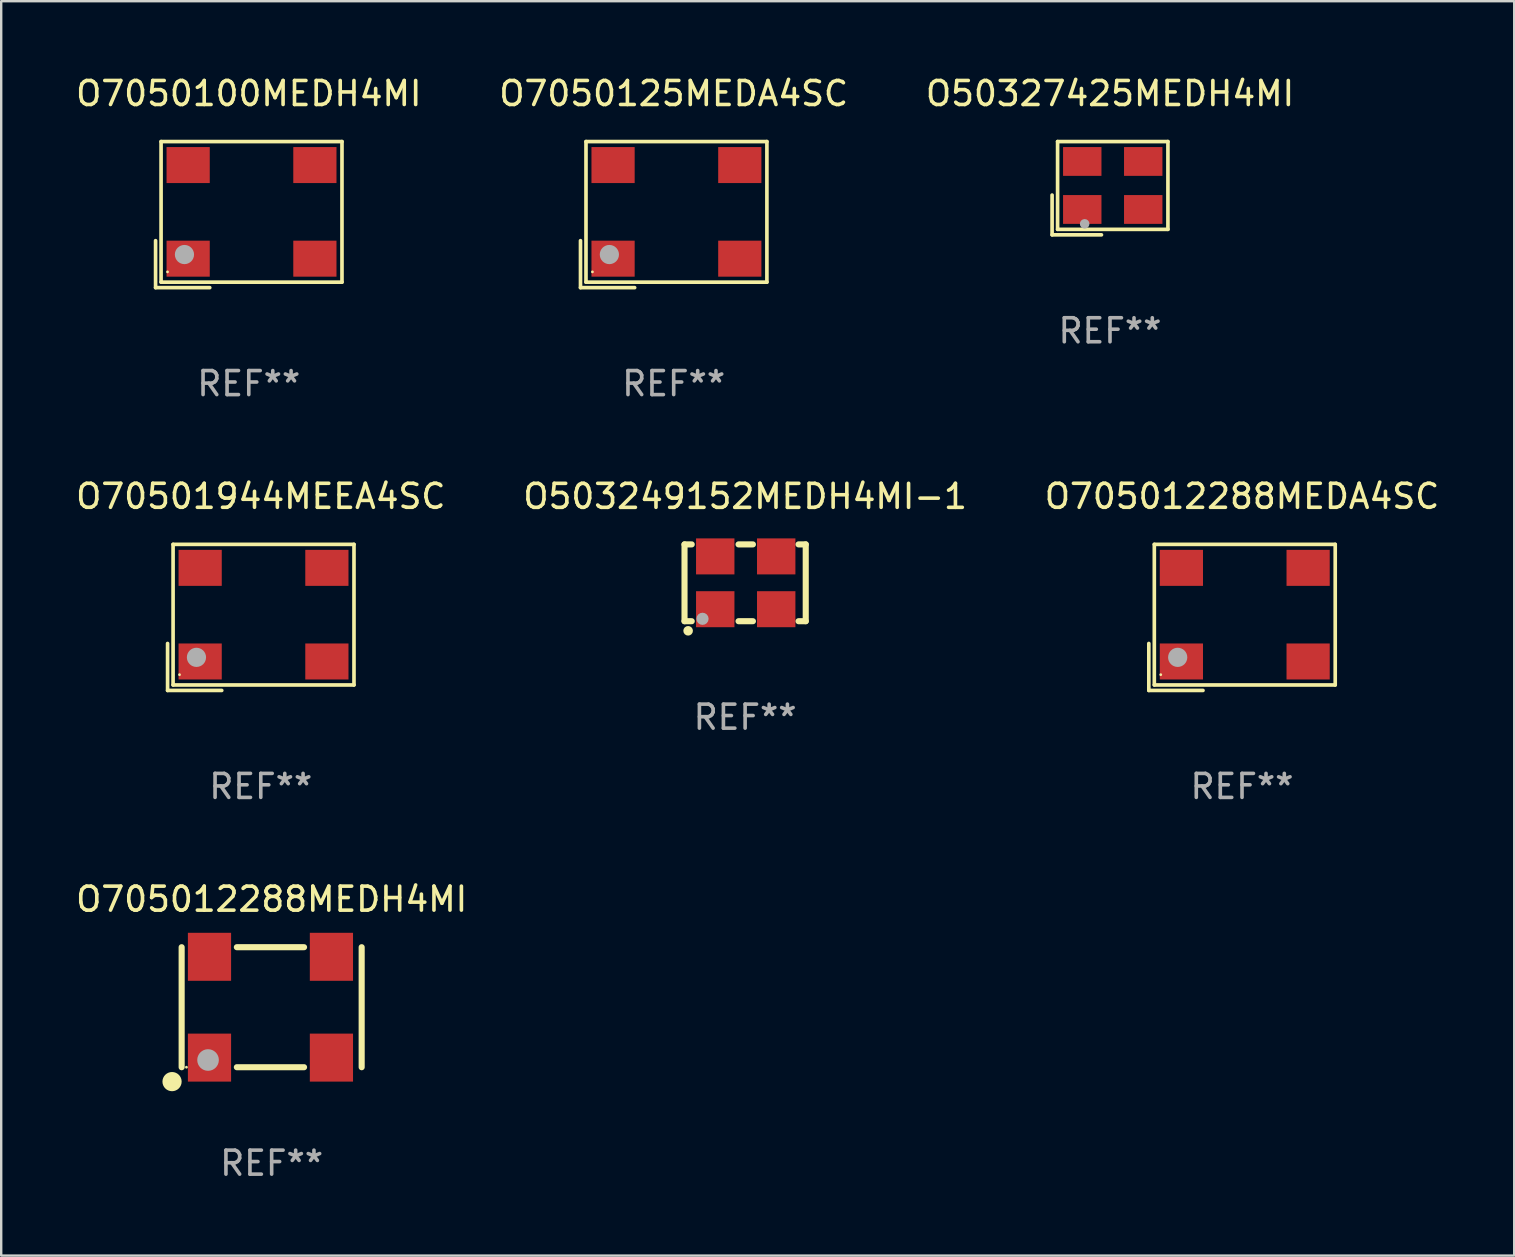
<source format=kicad_pcb>
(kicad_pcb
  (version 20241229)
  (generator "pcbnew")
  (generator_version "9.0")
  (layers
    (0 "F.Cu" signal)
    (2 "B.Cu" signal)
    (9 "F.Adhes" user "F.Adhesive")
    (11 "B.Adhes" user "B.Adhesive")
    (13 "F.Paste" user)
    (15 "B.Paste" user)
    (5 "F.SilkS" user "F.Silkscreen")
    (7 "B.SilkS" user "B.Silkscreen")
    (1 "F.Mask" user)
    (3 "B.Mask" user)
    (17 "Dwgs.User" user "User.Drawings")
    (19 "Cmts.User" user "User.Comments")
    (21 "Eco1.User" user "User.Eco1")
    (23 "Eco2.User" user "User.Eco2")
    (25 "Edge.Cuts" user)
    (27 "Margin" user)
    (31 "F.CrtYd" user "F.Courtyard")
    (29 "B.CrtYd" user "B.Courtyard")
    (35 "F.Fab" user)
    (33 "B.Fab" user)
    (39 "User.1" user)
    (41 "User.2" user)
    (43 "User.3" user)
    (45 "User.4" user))
  (footprint "O50327425MEDH4MI"
    (layer "F.Cu")
    (at 43.196 4.791)
    (property "Reference" "O50327425MEDH4MI" (at 0 -3.943 0) (layer "F.SilkS") (effects (font (size 1 1) (thickness 0.15))))
    (attr through_hole)
    (fp_line (start -2.413 0.286) (end -2.413 1.943) (stroke (width 0.152) (type solid)) (layer "F.SilkS"))
    (fp_line (start -2.413 1.943) (end -0.356 1.943) (stroke (width 0.152) (type solid)) (layer "F.SilkS"))
    (fp_line (start -2.184 -1.943) (end 2.413 -1.943) (stroke (width 0.152) (type solid)) (layer "F.SilkS"))
    (fp_line (start -2.184 1.714) (end -2.184 -1.943) (stroke (width 0.152) (type solid)) (layer "F.SilkS"))
    (fp_line (start 2.413 -1.943) (end 2.413 1.714) (stroke (width 0.152) (type solid)) (layer "F.SilkS"))
    (fp_line (start 2.413 1.714) (end -2.184 1.714) (stroke (width 0.152) (type solid)) (layer "F.SilkS"))
    (fp_circle (center -1.056 1.486) (end -0.956 1.486) (stroke (width 0.2) (type solid)) (fill no) (layer "F.Fab"))
    (fp_text user "REF**" (at 0 5.943 0) (layer "F.Fab") (effects (font (size 1 1) (thickness 0.15))))
    (pad "1" smd rect (at -1.156 0.886) (size 1.6 1.2) (layers "F.Cu" "F.Mask" "F.Paste"))
    (pad "2" smd rect (at 1.384 0.886) (size 1.6 1.2) (layers "F.Cu" "F.Mask" "F.Paste"))
    (pad "3" smd rect (at 1.384 -1.114) (size 1.6 1.2) (layers "F.Cu" "F.Mask" "F.Paste"))
    (pad "4" smd rect (at -1.156 -1.114) (size 1.6 1.2) (layers "F.Cu" "F.Mask" "F.Paste")))
  (footprint "O705012288MEDA4SC"
    (layer "F.Cu")
    (at 48.696 22.673)
    (property "Reference" "O705012288MEDA4SC" (at 0 -5.043 0) (layer "F.SilkS") (effects (font (size 1 1) (thickness 0.15))))
    (attr through_hole)
    (fp_line (start -3.883 1.086) (end -3.883 3.043) (stroke (width 0.152) (type solid)) (layer "F.SilkS"))
    (fp_line (start -3.883 3.043) (end -1.626 3.043) (stroke (width 0.152) (type solid)) (layer "F.SilkS"))
    (fp_line (start -3.654 -3.043) (end 3.883 -3.043) (stroke (width 0.152) (type solid)) (layer "F.SilkS"))
    (fp_line (start -3.654 2.814) (end -3.654 -3.043) (stroke (width 0.152) (type solid)) (layer "F.SilkS"))
    (fp_line (start 3.883 -3.043) (end 3.883 2.814) (stroke (width 0.152) (type solid)) (layer "F.SilkS"))
    (fp_line (start 3.883 2.814) (end -3.654 2.814) (stroke (width 0.152) (type solid)) (layer "F.SilkS"))
    (fp_circle (center -3.386 2.386) (end -3.356 2.386) (stroke (width 0.06) (type solid)) (fill no) (layer "F.SilkS"))
    (fp_circle (center -2.68 1.664) (end -2.48 1.664) (stroke (width 0.4) (type solid)) (fill no) (layer "F.Fab"))
    (fp_text user "REF**" (at 0 7.043 0) (layer "F.Fab") (effects (font (size 1 1) (thickness 0.15))))
    (pad "1" smd rect (at -2.526 1.836) (size 1.8 1.5) (layers "F.Cu" "F.Mask" "F.Paste"))
    (pad "2" smd rect (at 2.754 1.836) (size 1.8 1.5) (layers "F.Cu" "F.Mask" "F.Paste"))
    (pad "3" smd rect (at 2.754 -2.064) (size 1.8 1.5) (layers "F.Cu" "F.Mask" "F.Paste"))
    (pad "4" smd rect (at -2.526 -2.064) (size 1.8 1.5) (layers "F.Cu" "F.Mask" "F.Paste")))
  (footprint "O705012288MEDH4MI"
    (layer "F.Cu")
    (at 8.268 38.913)
    (property "Reference" "O705012288MEDH4MI" (at 0 -4.5 0) (layer "F.SilkS") (effects (font (size 1 1) (thickness 0.15))))
    (attr through_hole)
    (fp_line (start -3.75 -2.5) (end -3.75 2.5) (stroke (width 0.254) (type solid)) (layer "F.SilkS"))
    (fp_line (start -1.45 -2.5) (end 1.35 -2.5) (stroke (width 0.254) (type solid)) (layer "F.SilkS"))
    (fp_line (start -1.45 2.5) (end 1.35 2.5) (stroke (width 0.254) (type solid)) (layer "F.SilkS"))
    (fp_line (start 3.75 -2.5) (end 3.75 2.5) (stroke (width 0.254) (type solid)) (layer "F.SilkS"))
    (fp_circle (center -4.15 3.1) (end -3.95 3.1) (stroke (width 0.4) (type solid)) (fill no) (layer "F.SilkS"))
    (fp_circle (center -3.55 2.5) (end -3.52 2.5) (stroke (width 0.06) (type solid)) (fill no) (layer "F.SilkS"))
    (fp_circle (center -2.65 2.2) (end -2.425 2.2) (stroke (width 0.45) (type solid)) (fill no) (layer "F.Fab"))
    (fp_text user "REF**" (at 0 6.5 0) (layer "F.Fab") (effects (font (size 1 1) (thickness 0.15))))
    (pad "1" smd rect (at -2.59 2.1) (size 1.8 2) (layers "F.Cu" "F.Mask" "F.Paste"))
    (pad "2" smd rect (at 2.49 2.1) (size 1.8 2) (layers "F.Cu" "F.Mask" "F.Paste"))
    (pad "3" smd rect (at 2.49 -2.1) (size 1.8 2) (layers "F.Cu" "F.Mask" "F.Paste"))
    (pad "4" smd rect (at -2.59 -2.1) (size 1.8 2) (layers "F.Cu" "F.Mask" "F.Paste")))
  (footprint "O503249152MEDH4MI-1"
    (layer "F.Cu")
    (at 27.994 21.231)
    (property "Reference" "O503249152MEDH4MI-1" (at 0 -3.6 0) (layer "F.SilkS") (effects (font (size 1 1) (thickness 0.15))))
    (attr through_hole)
    (fp_line (start -2.525 -1.6) (end -2.225 -1.6) (stroke (width 0.254) (type solid)) (layer "F.SilkS"))
    (fp_line (start -2.525 1.6) (end -2.525 -1.6) (stroke (width 0.254) (type solid)) (layer "F.SilkS"))
    (fp_line (start -2.225 1.6) (end -2.525 1.6) (stroke (width 0.254) (type solid)) (layer "F.SilkS"))
    (fp_line (start -0.275 -1.6) (end 0.325 -1.6) (stroke (width 0.254) (type solid)) (layer "F.SilkS"))
    (fp_line (start -0.275 1.6) (end 0.325 1.6) (stroke (width 0.254) (type solid)) (layer "F.SilkS"))
    (fp_line (start 2.225 -1.6) (end 2.525 -1.6) (stroke (width 0.254) (type solid)) (layer "F.SilkS"))
    (fp_line (start 2.525 -1.6) (end 2.525 1.6) (stroke (width 0.254) (type solid)) (layer "F.SilkS"))
    (fp_line (start 2.525 1.6) (end 2.225 1.6) (stroke (width 0.254) (type solid)) (layer "F.SilkS"))
    (fp_circle (center -2.475 1.65) (end -2.445 1.65) (stroke (width 0.06) (type solid)) (fill no) (layer "F.SilkS"))
    (fp_circle (center -2.375 2) (end -2.275 2) (stroke (width 0.2) (type solid)) (fill no) (layer "F.SilkS"))
    (fp_circle (center -1.775 1.5) (end -1.648 1.5) (stroke (width 0.254) (type solid)) (fill no) (layer "F.Fab"))
    (fp_text user "REF**" (at 0 5.6 0) (layer "F.Fab") (effects (font (size 1 1) (thickness 0.15))))
    (pad "1" smd rect (at -1.245 1.1) (size 1.6 1.5) (layers "F.Cu" "F.Mask" "F.Paste"))
    (pad "2" smd rect (at 1.295 1.1) (size 1.6 1.5) (layers "F.Cu" "F.Mask" "F.Paste"))
    (pad "3" smd rect (at 1.295 -1.1 180) (size 1.6 1.5) (layers "F.Cu" "F.Mask" "F.Paste"))
    (pad "4" smd rect (at -1.245 -1.1) (size 1.6 1.5) (layers "F.Cu" "F.Mask" "F.Paste")))
  (footprint "O7050100MEDH4MI"
    (layer "F.Cu")
    (at 7.315 5.891)
    (property "Reference" "O7050100MEDH4MI" (at 0 -5.043 0) (layer "F.SilkS") (effects (font (size 1 1) (thickness 0.15))))
    (attr through_hole)
    (fp_line (start -3.883 1.086) (end -3.883 3.043) (stroke (width 0.152) (type solid)) (layer "F.SilkS"))
    (fp_line (start -3.883 3.043) (end -1.626 3.043) (stroke (width 0.152) (type solid)) (layer "F.SilkS"))
    (fp_line (start -3.654 -3.043) (end 3.883 -3.043) (stroke (width 0.152) (type solid)) (layer "F.SilkS"))
    (fp_line (start -3.654 2.814) (end -3.654 -3.043) (stroke (width 0.152) (type solid)) (layer "F.SilkS"))
    (fp_line (start 3.883 -3.043) (end 3.883 2.814) (stroke (width 0.152) (type solid)) (layer "F.SilkS"))
    (fp_line (start 3.883 2.814) (end -3.654 2.814) (stroke (width 0.152) (type solid)) (layer "F.SilkS"))
    (fp_circle (center -3.386 2.386) (end -3.356 2.386) (stroke (width 0.06) (type solid)) (fill no) (layer "F.SilkS"))
    (fp_circle (center -2.68 1.664) (end -2.48 1.664) (stroke (width 0.4) (type solid)) (fill no) (layer "F.Fab"))
    (fp_text user "REF**" (at 0 7.043 0) (layer "F.Fab") (effects (font (size 1 1) (thickness 0.15))))
    (pad "1" smd rect (at -2.526 1.836) (size 1.8 1.5) (layers "F.Cu" "F.Mask" "F.Paste"))
    (pad "2" smd rect (at 2.754 1.836) (size 1.8 1.5) (layers "F.Cu" "F.Mask" "F.Paste"))
    (pad "3" smd rect (at 2.754 -2.064) (size 1.8 1.5) (layers "F.Cu" "F.Mask" "F.Paste"))
    (pad "4" smd rect (at -2.526 -2.064) (size 1.8 1.5) (layers "F.Cu" "F.Mask" "F.Paste")))
  (footprint "O70501944MEEA4SC"
    (layer "F.Cu")
    (at 7.815 22.673)
    (property "Reference" "O70501944MEEA4SC" (at 0 -5.043 0) (layer "F.SilkS") (effects (font (size 1 1) (thickness 0.15))))
    (attr through_hole)
    (fp_line (start -3.883 1.086) (end -3.883 3.043) (stroke (width 0.152) (type solid)) (layer "F.SilkS"))
    (fp_line (start -3.883 3.043) (end -1.626 3.043) (stroke (width 0.152) (type solid)) (layer "F.SilkS"))
    (fp_line (start -3.654 -3.043) (end 3.883 -3.043) (stroke (width 0.152) (type solid)) (layer "F.SilkS"))
    (fp_line (start -3.654 2.814) (end -3.654 -3.043) (stroke (width 0.152) (type solid)) (layer "F.SilkS"))
    (fp_line (start 3.883 -3.043) (end 3.883 2.814) (stroke (width 0.152) (type solid)) (layer "F.SilkS"))
    (fp_line (start 3.883 2.814) (end -3.654 2.814) (stroke (width 0.152) (type solid)) (layer "F.SilkS"))
    (fp_circle (center -3.386 2.386) (end -3.356 2.386) (stroke (width 0.06) (type solid)) (fill no) (layer "F.SilkS"))
    (fp_circle (center -2.68 1.664) (end -2.48 1.664) (stroke (width 0.4) (type solid)) (fill no) (layer "F.Fab"))
    (fp_text user "REF**" (at 0 7.043 0) (layer "F.Fab") (effects (font (size 1 1) (thickness 0.15))))
    (pad "1" smd rect (at -2.526 1.836) (size 1.8 1.5) (layers "F.Cu" "F.Mask" "F.Paste"))
    (pad "2" smd rect (at 2.754 1.836) (size 1.8 1.5) (layers "F.Cu" "F.Mask" "F.Paste"))
    (pad "3" smd rect (at 2.754 -2.064) (size 1.8 1.5) (layers "F.Cu" "F.Mask" "F.Paste"))
    (pad "4" smd rect (at -2.526 -2.064) (size 1.8 1.5) (layers "F.Cu" "F.Mask" "F.Paste")))
  (footprint "O7050125MEDA4SC"
    (layer "F.Cu")
    (at 25.018 5.891)
    (property "Reference" "O7050125MEDA4SC" (at 0 -5.043 0) (layer "F.SilkS") (effects (font (size 1 1) (thickness 0.15))))
    (attr through_hole)
    (fp_line (start -3.883 1.086) (end -3.883 3.043) (stroke (width 0.152) (type solid)) (layer "F.SilkS"))
    (fp_line (start -3.883 3.043) (end -1.626 3.043) (stroke (width 0.152) (type solid)) (layer "F.SilkS"))
    (fp_line (start -3.654 -3.043) (end 3.883 -3.043) (stroke (width 0.152) (type solid)) (layer "F.SilkS"))
    (fp_line (start -3.654 2.814) (end -3.654 -3.043) (stroke (width 0.152) (type solid)) (layer "F.SilkS"))
    (fp_line (start 3.883 -3.043) (end 3.883 2.814) (stroke (width 0.152) (type solid)) (layer "F.SilkS"))
    (fp_line (start 3.883 2.814) (end -3.654 2.814) (stroke (width 0.152) (type solid)) (layer "F.SilkS"))
    (fp_circle (center -3.386 2.386) (end -3.356 2.386) (stroke (width 0.06) (type solid)) (fill no) (layer "F.SilkS"))
    (fp_circle (center -2.68 1.664) (end -2.48 1.664) (stroke (width 0.4) (type solid)) (fill no) (layer "F.Fab"))
    (fp_text user "REF**" (at 0 7.043 0) (layer "F.Fab") (effects (font (size 1 1) (thickness 0.15))))
    (pad "1" smd rect (at -2.526 1.836) (size 1.8 1.5) (layers "F.Cu" "F.Mask" "F.Paste"))
    (pad "2" smd rect (at 2.754 1.836) (size 1.8 1.5) (layers "F.Cu" "F.Mask" "F.Paste"))
    (pad "3" smd rect (at 2.754 -2.064) (size 1.8 1.5) (layers "F.Cu" "F.Mask" "F.Paste"))
    (pad "4" smd rect (at -2.526 -2.064) (size 1.8 1.5) (layers "F.Cu" "F.Mask" "F.Paste")))
  (gr_rect
    (start -3 -3)
    (end 60.036 49.261)
    (stroke (width 0.1) (type default))
    (fill no)
    (layer "Edge.Cuts")))
</source>
